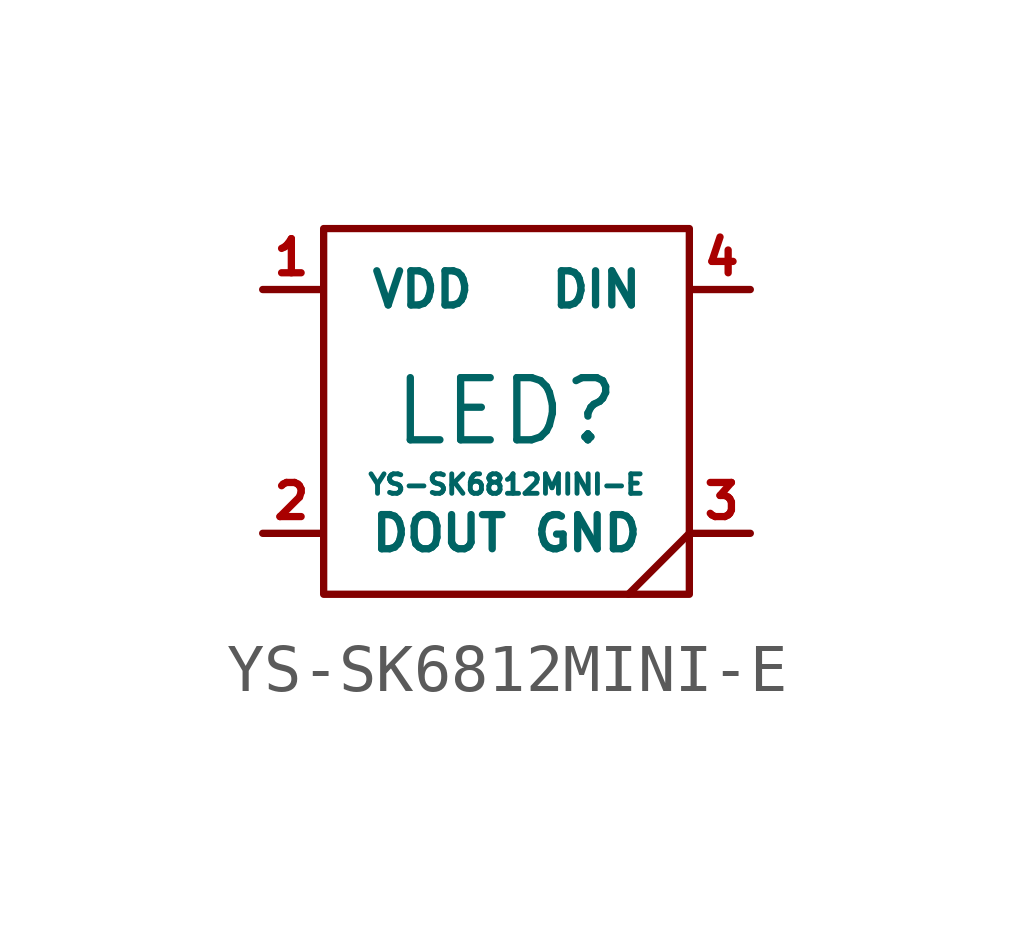
<source format=kicad_sym>
(kicad_symbol_lib
  (version 20241209)
  (generator "kicad_symbol_editor")
  (generator_version "9.0")
  (symbol "YS-SK6812MINI-E"
    (pin_names
      (offset 1.016))
    (property "Reference" "LED"
      (at 0 0 0)
      (effects (font (size 1.295 1.295))))
    (property "Value" "YS-SK6812MINI-E"
      (at 0 -1.524 0)
      (effects (font (size 0.406 0.406))))
    (symbol "YS-SK6812MINI-E_0_1"
      (rectangle (start -3.81 3.81) (end 3.81 -3.81) (stroke (width 0) (type solid)) (fill (type none)))
      (polyline (pts (xy 2.54 -3.81) (xy 3.81 -2.54)) (stroke (width 0) (type solid)) (fill (type none))))
    (symbol "YS-SK6812MINI-E_1_1"
      (pin power_in line (at -5.08 2.54 0) (length 1.194) (name "VDD" (effects (font (size 0.711 0.711)))) (number "1" (effects (font (size 0.711 0.711)))))
      (pin output line (at -5.08 -2.54 0) (length 1.194) (name "DOUT" (effects (font (size 0.711 0.711)))) (number "2" (effects (font (size 0.711 0.711)))))
      (pin input line (at 5.08 2.54 180) (length 1.194) (name "DIN" (effects (font (size 0.711 0.711)))) (number "4" (effects (font (size 0.711 0.711)))))
      (pin power_in line (at 5.08 -2.54 180) (length 1.194) (name "GND" (effects (font (size 0.711 0.711)))) (number "3" (effects (font (size 0.711 0.711))))))))
</source>
